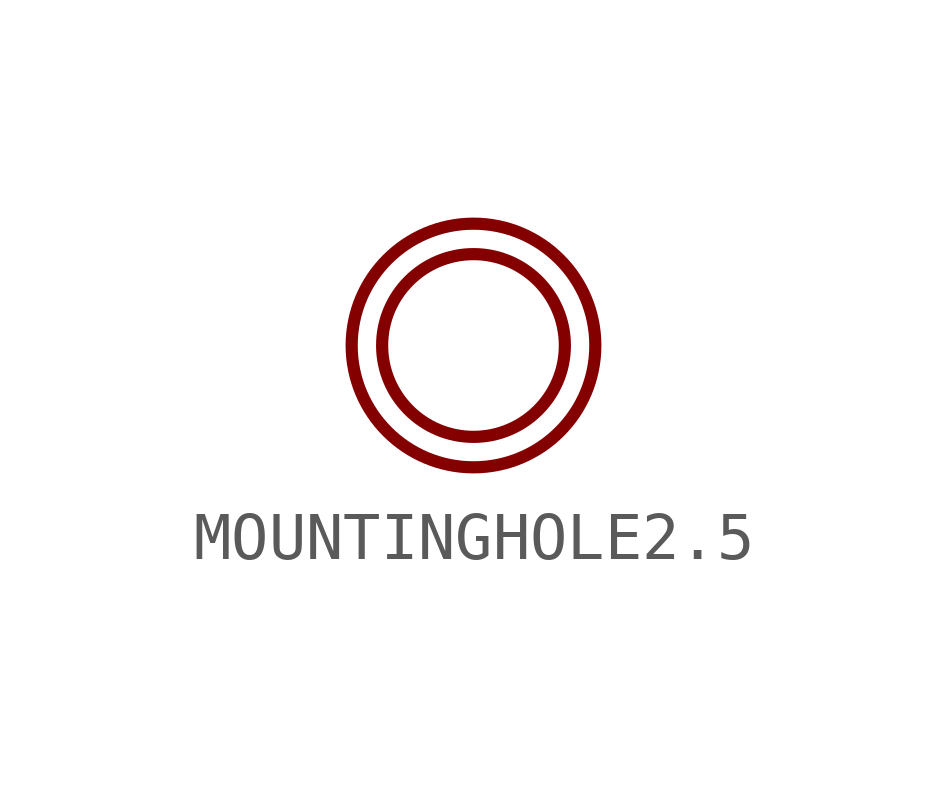
<source format=kicad_sym>
(kicad_symbol_lib
  (version 20211014)
  (generator kicad_symbol_editor)
  (symbol "MOUNTINGHOLE2.5"
    (property "Reference" ""
      (at 0 0 0)
      (effects (font (size 1.27 1.27)) hide))
    (property "ki_locked" ""
      (at 0 0 0)
      (effects (font (size 1.27 1.27))))
    (symbol "MOUNTINGHOLE2.5_1_0"
      (circle (center 0 0) (radius 1.905) (stroke (width 0.254) (type default) (color 0 0 0 0)) (fill (type none)))
      (circle (center 0 0) (radius 2.54) (stroke (width 0.254) (type default) (color 0 0 0 0)) (fill (type none))))))
</source>
